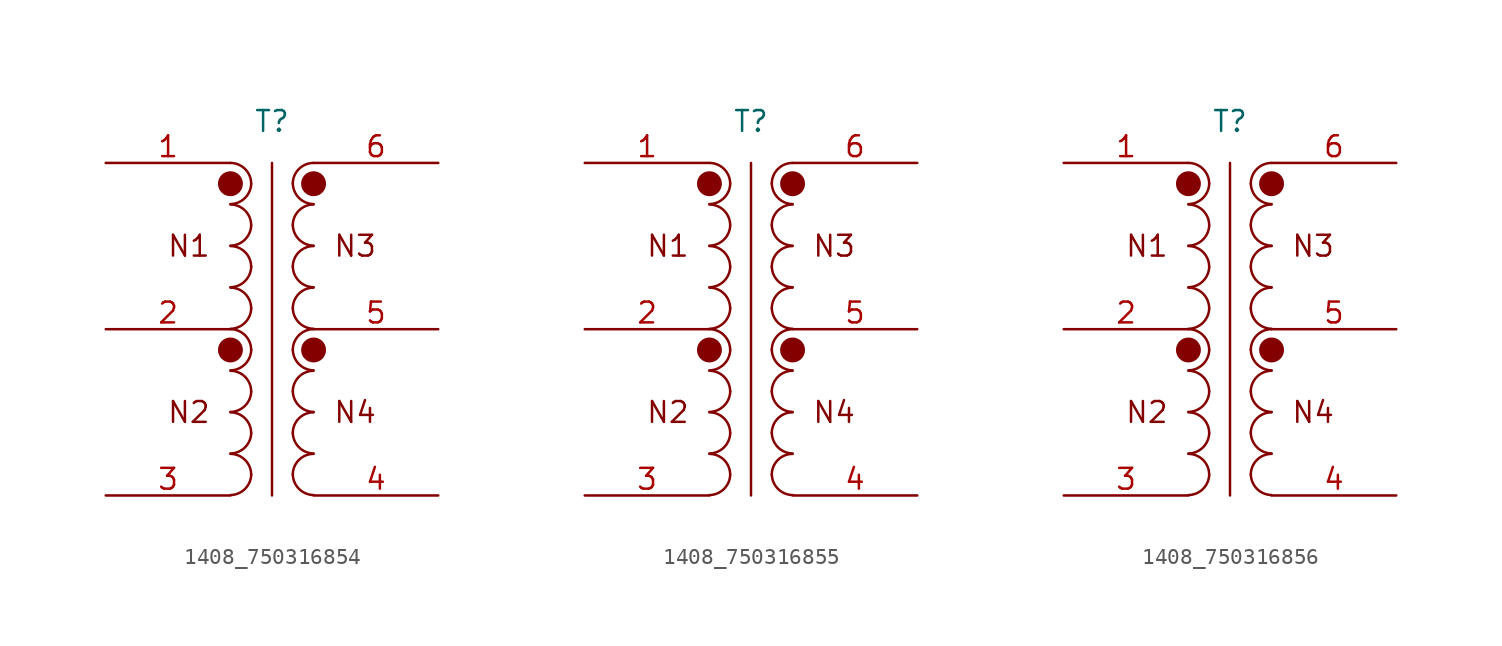
<source format=kicad_sym>
(kicad_symbol_lib
  (version 20220914)
  (generator kicad_symbol_editor)
  (symbol "1408_750316854"
    (pin_names hide)
    (property "Reference" "T"
      (at 0 12.7 0)
      (effects (font (size 1.27 1.27))))
    (property "Critical Parameter" ""
      (at 0 -5.08 0)
      (effects (font (size 1.27 1.27)) (justify left)))
    (symbol "1408_750316854_0_1"
      (arc (start -2.54 -10.1346) (mid -1.6561 -9.7663) (end -1.27 -8.89) (stroke (width 0) (type default)) (fill (type none)))
      (arc (start -2.54 -7.5946) (mid -1.6561 -7.2263) (end -1.27 -6.35) (stroke (width 0) (type default)) (fill (type none)))
      (arc (start -2.54 -5.0546) (mid -1.6561 -4.6863) (end -1.27 -3.81) (stroke (width 0) (type default)) (fill (type none)))
      (arc (start -2.54 -2.5146) (mid -1.6561 -2.1463) (end -1.27 -1.27) (stroke (width 0) (type default)) (fill (type none)))
      (arc (start -2.54 0.0254) (mid -1.6561 0.3937) (end -1.27 1.27) (stroke (width 0) (type default)) (fill (type none)))
      (arc (start -2.54 2.5654) (mid -1.6561 2.9337) (end -1.27 3.81) (stroke (width 0) (type default)) (fill (type none)))
      (arc (start -2.54 5.1054) (mid -1.6561 5.4737) (end -1.27 6.35) (stroke (width 0) (type default)) (fill (type none)))
      (arc (start -2.54 7.6454) (mid -1.6561 8.0137) (end -1.27 8.89) (stroke (width 0) (type default)) (fill (type none)))
      (arc (start -1.27 -8.89) (mid -1.642 -7.992) (end -2.54 -7.62) (stroke (width 0) (type default)) (fill (type none)))
      (arc (start -1.27 -6.35) (mid -1.642 -5.452) (end -2.54 -5.08) (stroke (width 0) (type default)) (fill (type none)))
      (arc (start -1.27 -3.81) (mid -1.642 -2.912) (end -2.54 -2.54) (stroke (width 0) (type default)) (fill (type none)))
      (arc (start -1.27 -1.27) (mid -1.642 -0.372) (end -2.54 0) (stroke (width 0) (type default)) (fill (type none)))
      (arc (start -1.27 1.27) (mid -1.642 2.168) (end -2.54 2.54) (stroke (width 0) (type default)) (fill (type none)))
      (arc (start -1.27 3.81) (mid -1.642 4.708) (end -2.54 5.08) (stroke (width 0) (type default)) (fill (type none)))
      (arc (start -1.27 6.35) (mid -1.642 7.248) (end -2.54 7.62) (stroke (width 0) (type default)) (fill (type none)))
      (arc (start -1.27 8.89) (mid -1.642 9.788) (end -2.54 10.16) (stroke (width 0) (type default)) (fill (type none)))
      (polyline (pts (xy 0 -10.16) (xy 0 10.16)) (stroke (width 0) (type default)) (fill (type none)))
      (arc (start 1.27 -8.89) (mid 1.6561 -9.7663) (end 2.54 -10.1346) (stroke (width 0) (type default)) (fill (type none)))
      (arc (start 1.27 -6.35) (mid 1.6561 -7.2263) (end 2.54 -7.5946) (stroke (width 0) (type default)) (fill (type none)))
      (arc (start 1.27 -3.81) (mid 1.6561 -4.6863) (end 2.54 -5.0546) (stroke (width 0) (type default)) (fill (type none)))
      (arc (start 1.27 -1.27) (mid 1.6561 -2.1463) (end 2.54 -2.5146) (stroke (width 0) (type default)) (fill (type none)))
      (arc (start 1.27 1.27) (mid 1.6561 0.3937) (end 2.54 0.0254) (stroke (width 0) (type default)) (fill (type none)))
      (arc (start 1.27 3.81) (mid 1.6561 2.9337) (end 2.54 2.5654) (stroke (width 0) (type default)) (fill (type none)))
      (arc (start 1.27 6.35) (mid 1.6561 5.4737) (end 2.54 5.1054) (stroke (width 0) (type default)) (fill (type none)))
      (arc (start 1.27 8.89) (mid 1.6561 8.0137) (end 2.54 7.6454) (stroke (width 0) (type default)) (fill (type none)))
      (arc (start 2.54 -7.62) (mid 1.642 -7.992) (end 1.27 -8.89) (stroke (width 0) (type default)) (fill (type none)))
      (arc (start 2.54 -5.08) (mid 1.642 -5.452) (end 1.27 -6.35) (stroke (width 0) (type default)) (fill (type none)))
      (arc (start 2.54 -2.54) (mid 1.642 -2.912) (end 1.27 -3.81) (stroke (width 0) (type default)) (fill (type none)))
      (arc (start 2.54 0) (mid 1.642 -0.372) (end 1.27 -1.27) (stroke (width 0) (type default)) (fill (type none)))
      (arc (start 2.54 2.54) (mid 1.642 2.168) (end 1.27 1.27) (stroke (width 0) (type default)) (fill (type none)))
      (arc (start 2.54 5.08) (mid 1.642 4.708) (end 1.27 3.81) (stroke (width 0) (type default)) (fill (type none)))
      (arc (start 2.54 7.62) (mid 1.642 7.248) (end 1.27 6.35) (stroke (width 0) (type default)) (fill (type none)))
      (arc (start 2.54 10.16) (mid 1.642 9.788) (end 1.27 8.89) (stroke (width 0) (type default)) (fill (type none))))
    (symbol "1408_750316854_1_1"
      (circle (center -2.54 -1.27) (radius 0.0001) (stroke (width 0.762) (type default)) (fill (type none)))
      (circle (center -2.54 8.89) (radius 0.0001) (stroke (width 0.762) (type default)) (fill (type none)))
      (circle (center 2.54 -1.27) (radius 0.0001) (stroke (width 0.762) (type default)) (fill (type none)))
      (circle (center 2.54 8.89) (radius 0.0001) (stroke (width 0.762) (type default)) (fill (type none)))
      (text "N1" (at -5.08 5.08 0) (effects (font (size 1.27 1.27))))
      (text "N2" (at -5.08 -5.08 0) (effects (font (size 1.27 1.27))))
      (text "N3" (at 5.08 5.08 0) (effects (font (size 1.27 1.27))))
      (text "N4" (at 5.08 -5.08 0) (effects (font (size 1.27 1.27))))
      (pin passive line (at -10.16 10.16 0) (length 7.62) (name "1" (effects (font (size 1.27 1.27)))) (number "1" (effects (font (size 1.27 1.27)))))
      (pin passive line (at -10.16 0 0) (length 7.62) (name "2" (effects (font (size 1.27 1.27)))) (number "2" (effects (font (size 1.27 1.27)))))
      (pin passive line (at -10.16 -10.16 0) (length 7.62) (name "3" (effects (font (size 1.27 1.27)))) (number "3" (effects (font (size 1.27 1.27)))))
      (pin passive line (at 10.16 -10.16 180) (length 7.62) (name "4" (effects (font (size 1.27 1.27)))) (number "4" (effects (font (size 1.27 1.27)))))
      (pin passive line (at 10.16 0 180) (length 7.62) (name "5" (effects (font (size 1.27 1.27)))) (number "5" (effects (font (size 1.27 1.27)))))
      (pin passive line (at 10.16 10.16 180) (length 7.62) (name "6" (effects (font (size 1.27 1.27)))) (number "6" (effects (font (size 1.27 1.27)))))))
  (symbol "1408_750316855"
    (pin_names hide)
    (property "Reference" "T"
      (at 0 12.7 0)
      (effects (font (size 1.27 1.27))))
    (property "Critical Parameter" ""
      (at 0 -5.08 0)
      (effects (font (size 1.27 1.27)) (justify left)))
    (symbol "1408_750316855_0_1"
      (arc (start -2.54 -10.1346) (mid -1.6561 -9.7663) (end -1.27 -8.89) (stroke (width 0) (type default)) (fill (type none)))
      (arc (start -2.54 -7.5946) (mid -1.6561 -7.2263) (end -1.27 -6.35) (stroke (width 0) (type default)) (fill (type none)))
      (arc (start -2.54 -5.0546) (mid -1.6561 -4.6863) (end -1.27 -3.81) (stroke (width 0) (type default)) (fill (type none)))
      (arc (start -2.54 -2.5146) (mid -1.6561 -2.1463) (end -1.27 -1.27) (stroke (width 0) (type default)) (fill (type none)))
      (arc (start -2.54 0.0254) (mid -1.6561 0.3937) (end -1.27 1.27) (stroke (width 0) (type default)) (fill (type none)))
      (arc (start -2.54 2.5654) (mid -1.6561 2.9337) (end -1.27 3.81) (stroke (width 0) (type default)) (fill (type none)))
      (arc (start -2.54 5.1054) (mid -1.6561 5.4737) (end -1.27 6.35) (stroke (width 0) (type default)) (fill (type none)))
      (arc (start -2.54 7.6454) (mid -1.6561 8.0137) (end -1.27 8.89) (stroke (width 0) (type default)) (fill (type none)))
      (arc (start -1.27 -8.89) (mid -1.642 -7.992) (end -2.54 -7.62) (stroke (width 0) (type default)) (fill (type none)))
      (arc (start -1.27 -6.35) (mid -1.642 -5.452) (end -2.54 -5.08) (stroke (width 0) (type default)) (fill (type none)))
      (arc (start -1.27 -3.81) (mid -1.642 -2.912) (end -2.54 -2.54) (stroke (width 0) (type default)) (fill (type none)))
      (arc (start -1.27 -1.27) (mid -1.642 -0.372) (end -2.54 0) (stroke (width 0) (type default)) (fill (type none)))
      (arc (start -1.27 1.27) (mid -1.642 2.168) (end -2.54 2.54) (stroke (width 0) (type default)) (fill (type none)))
      (arc (start -1.27 3.81) (mid -1.642 4.708) (end -2.54 5.08) (stroke (width 0) (type default)) (fill (type none)))
      (arc (start -1.27 6.35) (mid -1.642 7.248) (end -2.54 7.62) (stroke (width 0) (type default)) (fill (type none)))
      (arc (start -1.27 8.89) (mid -1.642 9.788) (end -2.54 10.16) (stroke (width 0) (type default)) (fill (type none)))
      (polyline (pts (xy 0 -10.16) (xy 0 10.16)) (stroke (width 0) (type default)) (fill (type none)))
      (arc (start 1.27 -8.89) (mid 1.6561 -9.7663) (end 2.54 -10.1346) (stroke (width 0) (type default)) (fill (type none)))
      (arc (start 1.27 -6.35) (mid 1.6561 -7.2263) (end 2.54 -7.5946) (stroke (width 0) (type default)) (fill (type none)))
      (arc (start 1.27 -3.81) (mid 1.6561 -4.6863) (end 2.54 -5.0546) (stroke (width 0) (type default)) (fill (type none)))
      (arc (start 1.27 -1.27) (mid 1.6561 -2.1463) (end 2.54 -2.5146) (stroke (width 0) (type default)) (fill (type none)))
      (arc (start 1.27 1.27) (mid 1.6561 0.3937) (end 2.54 0.0254) (stroke (width 0) (type default)) (fill (type none)))
      (arc (start 1.27 3.81) (mid 1.6561 2.9337) (end 2.54 2.5654) (stroke (width 0) (type default)) (fill (type none)))
      (arc (start 1.27 6.35) (mid 1.6561 5.4737) (end 2.54 5.1054) (stroke (width 0) (type default)) (fill (type none)))
      (arc (start 1.27 8.89) (mid 1.6561 8.0137) (end 2.54 7.6454) (stroke (width 0) (type default)) (fill (type none)))
      (arc (start 2.54 -7.62) (mid 1.642 -7.992) (end 1.27 -8.89) (stroke (width 0) (type default)) (fill (type none)))
      (arc (start 2.54 -5.08) (mid 1.642 -5.452) (end 1.27 -6.35) (stroke (width 0) (type default)) (fill (type none)))
      (arc (start 2.54 -2.54) (mid 1.642 -2.912) (end 1.27 -3.81) (stroke (width 0) (type default)) (fill (type none)))
      (arc (start 2.54 0) (mid 1.642 -0.372) (end 1.27 -1.27) (stroke (width 0) (type default)) (fill (type none)))
      (arc (start 2.54 2.54) (mid 1.642 2.168) (end 1.27 1.27) (stroke (width 0) (type default)) (fill (type none)))
      (arc (start 2.54 5.08) (mid 1.642 4.708) (end 1.27 3.81) (stroke (width 0) (type default)) (fill (type none)))
      (arc (start 2.54 7.62) (mid 1.642 7.248) (end 1.27 6.35) (stroke (width 0) (type default)) (fill (type none)))
      (arc (start 2.54 10.16) (mid 1.642 9.788) (end 1.27 8.89) (stroke (width 0) (type default)) (fill (type none))))
    (symbol "1408_750316855_1_1"
      (circle (center -2.54 -1.27) (radius 0.0001) (stroke (width 0.762) (type default)) (fill (type none)))
      (circle (center -2.54 8.89) (radius 0.0001) (stroke (width 0.762) (type default)) (fill (type none)))
      (circle (center 2.54 -1.27) (radius 0.0001) (stroke (width 0.762) (type default)) (fill (type none)))
      (circle (center 2.54 8.89) (radius 0.0001) (stroke (width 0.762) (type default)) (fill (type none)))
      (text "N1" (at -5.08 5.08 0) (effects (font (size 1.27 1.27))))
      (text "N2" (at -5.08 -5.08 0) (effects (font (size 1.27 1.27))))
      (text "N3" (at 5.08 5.08 0) (effects (font (size 1.27 1.27))))
      (text "N4" (at 5.08 -5.08 0) (effects (font (size 1.27 1.27))))
      (pin passive line (at -10.16 10.16 0) (length 7.62) (name "1" (effects (font (size 1.27 1.27)))) (number "1" (effects (font (size 1.27 1.27)))))
      (pin passive line (at -10.16 0 0) (length 7.62) (name "2" (effects (font (size 1.27 1.27)))) (number "2" (effects (font (size 1.27 1.27)))))
      (pin passive line (at -10.16 -10.16 0) (length 7.62) (name "3" (effects (font (size 1.27 1.27)))) (number "3" (effects (font (size 1.27 1.27)))))
      (pin passive line (at 10.16 -10.16 180) (length 7.62) (name "4" (effects (font (size 1.27 1.27)))) (number "4" (effects (font (size 1.27 1.27)))))
      (pin passive line (at 10.16 0 180) (length 7.62) (name "5" (effects (font (size 1.27 1.27)))) (number "5" (effects (font (size 1.27 1.27)))))
      (pin passive line (at 10.16 10.16 180) (length 7.62) (name "6" (effects (font (size 1.27 1.27)))) (number "6" (effects (font (size 1.27 1.27)))))))
  (symbol "1408_750316856"
    (pin_names hide)
    (property "Reference" "T"
      (at 0 12.7 0)
      (effects (font (size 1.27 1.27))))
    (property "Critical Parameter" ""
      (at 0 -5.08 0)
      (effects (font (size 1.27 1.27)) (justify left)))
    (symbol "1408_750316856_0_1"
      (arc (start -2.54 -10.1346) (mid -1.6561 -9.7663) (end -1.27 -8.89) (stroke (width 0) (type default)) (fill (type none)))
      (arc (start -2.54 -7.5946) (mid -1.6561 -7.2263) (end -1.27 -6.35) (stroke (width 0) (type default)) (fill (type none)))
      (arc (start -2.54 -5.0546) (mid -1.6561 -4.6863) (end -1.27 -3.81) (stroke (width 0) (type default)) (fill (type none)))
      (arc (start -2.54 -2.5146) (mid -1.6561 -2.1463) (end -1.27 -1.27) (stroke (width 0) (type default)) (fill (type none)))
      (arc (start -2.54 0.0254) (mid -1.6561 0.3937) (end -1.27 1.27) (stroke (width 0) (type default)) (fill (type none)))
      (arc (start -2.54 2.5654) (mid -1.6561 2.9337) (end -1.27 3.81) (stroke (width 0) (type default)) (fill (type none)))
      (arc (start -2.54 5.1054) (mid -1.6561 5.4737) (end -1.27 6.35) (stroke (width 0) (type default)) (fill (type none)))
      (arc (start -2.54 7.6454) (mid -1.6561 8.0137) (end -1.27 8.89) (stroke (width 0) (type default)) (fill (type none)))
      (arc (start -1.27 -8.89) (mid -1.642 -7.992) (end -2.54 -7.62) (stroke (width 0) (type default)) (fill (type none)))
      (arc (start -1.27 -6.35) (mid -1.642 -5.452) (end -2.54 -5.08) (stroke (width 0) (type default)) (fill (type none)))
      (arc (start -1.27 -3.81) (mid -1.642 -2.912) (end -2.54 -2.54) (stroke (width 0) (type default)) (fill (type none)))
      (arc (start -1.27 -1.27) (mid -1.642 -0.372) (end -2.54 0) (stroke (width 0) (type default)) (fill (type none)))
      (arc (start -1.27 1.27) (mid -1.642 2.168) (end -2.54 2.54) (stroke (width 0) (type default)) (fill (type none)))
      (arc (start -1.27 3.81) (mid -1.642 4.708) (end -2.54 5.08) (stroke (width 0) (type default)) (fill (type none)))
      (arc (start -1.27 6.35) (mid -1.642 7.248) (end -2.54 7.62) (stroke (width 0) (type default)) (fill (type none)))
      (arc (start -1.27 8.89) (mid -1.642 9.788) (end -2.54 10.16) (stroke (width 0) (type default)) (fill (type none)))
      (polyline (pts (xy 0 -10.16) (xy 0 10.16)) (stroke (width 0) (type default)) (fill (type none)))
      (arc (start 1.27 -8.89) (mid 1.6561 -9.7663) (end 2.54 -10.1346) (stroke (width 0) (type default)) (fill (type none)))
      (arc (start 1.27 -6.35) (mid 1.6561 -7.2263) (end 2.54 -7.5946) (stroke (width 0) (type default)) (fill (type none)))
      (arc (start 1.27 -3.81) (mid 1.6561 -4.6863) (end 2.54 -5.0546) (stroke (width 0) (type default)) (fill (type none)))
      (arc (start 1.27 -1.27) (mid 1.6561 -2.1463) (end 2.54 -2.5146) (stroke (width 0) (type default)) (fill (type none)))
      (arc (start 1.27 1.27) (mid 1.6561 0.3937) (end 2.54 0.0254) (stroke (width 0) (type default)) (fill (type none)))
      (arc (start 1.27 3.81) (mid 1.6561 2.9337) (end 2.54 2.5654) (stroke (width 0) (type default)) (fill (type none)))
      (arc (start 1.27 6.35) (mid 1.6561 5.4737) (end 2.54 5.1054) (stroke (width 0) (type default)) (fill (type none)))
      (arc (start 1.27 8.89) (mid 1.6561 8.0137) (end 2.54 7.6454) (stroke (width 0) (type default)) (fill (type none)))
      (arc (start 2.54 -7.62) (mid 1.642 -7.992) (end 1.27 -8.89) (stroke (width 0) (type default)) (fill (type none)))
      (arc (start 2.54 -5.08) (mid 1.642 -5.452) (end 1.27 -6.35) (stroke (width 0) (type default)) (fill (type none)))
      (arc (start 2.54 -2.54) (mid 1.642 -2.912) (end 1.27 -3.81) (stroke (width 0) (type default)) (fill (type none)))
      (arc (start 2.54 0) (mid 1.642 -0.372) (end 1.27 -1.27) (stroke (width 0) (type default)) (fill (type none)))
      (arc (start 2.54 2.54) (mid 1.642 2.168) (end 1.27 1.27) (stroke (width 0) (type default)) (fill (type none)))
      (arc (start 2.54 5.08) (mid 1.642 4.708) (end 1.27 3.81) (stroke (width 0) (type default)) (fill (type none)))
      (arc (start 2.54 7.62) (mid 1.642 7.248) (end 1.27 6.35) (stroke (width 0) (type default)) (fill (type none)))
      (arc (start 2.54 10.16) (mid 1.642 9.788) (end 1.27 8.89) (stroke (width 0) (type default)) (fill (type none))))
    (symbol "1408_750316856_1_1"
      (circle (center -2.54 -1.27) (radius 0.0001) (stroke (width 0.762) (type default)) (fill (type none)))
      (circle (center -2.54 8.89) (radius 0.0001) (stroke (width 0.762) (type default)) (fill (type none)))
      (circle (center 2.54 -1.27) (radius 0.0001) (stroke (width 0.762) (type default)) (fill (type none)))
      (circle (center 2.54 8.89) (radius 0.0001) (stroke (width 0.762) (type default)) (fill (type none)))
      (text "N1" (at -5.08 5.08 0) (effects (font (size 1.27 1.27))))
      (text "N2" (at -5.08 -5.08 0) (effects (font (size 1.27 1.27))))
      (text "N3" (at 5.08 5.08 0) (effects (font (size 1.27 1.27))))
      (text "N4" (at 5.08 -5.08 0) (effects (font (size 1.27 1.27))))
      (pin passive line (at -10.16 10.16 0) (length 7.62) (name "1" (effects (font (size 1.27 1.27)))) (number "1" (effects (font (size 1.27 1.27)))))
      (pin passive line (at -10.16 0 0) (length 7.62) (name "2" (effects (font (size 1.27 1.27)))) (number "2" (effects (font (size 1.27 1.27)))))
      (pin passive line (at -10.16 -10.16 0) (length 7.62) (name "3" (effects (font (size 1.27 1.27)))) (number "3" (effects (font (size 1.27 1.27)))))
      (pin passive line (at 10.16 -10.16 180) (length 7.62) (name "4" (effects (font (size 1.27 1.27)))) (number "4" (effects (font (size 1.27 1.27)))))
      (pin passive line (at 10.16 0 180) (length 7.62) (name "5" (effects (font (size 1.27 1.27)))) (number "5" (effects (font (size 1.27 1.27)))))
      (pin passive line (at 10.16 10.16 180) (length 7.62) (name "6" (effects (font (size 1.27 1.27)))) (number "6" (effects (font (size 1.27 1.27))))))))
</source>
